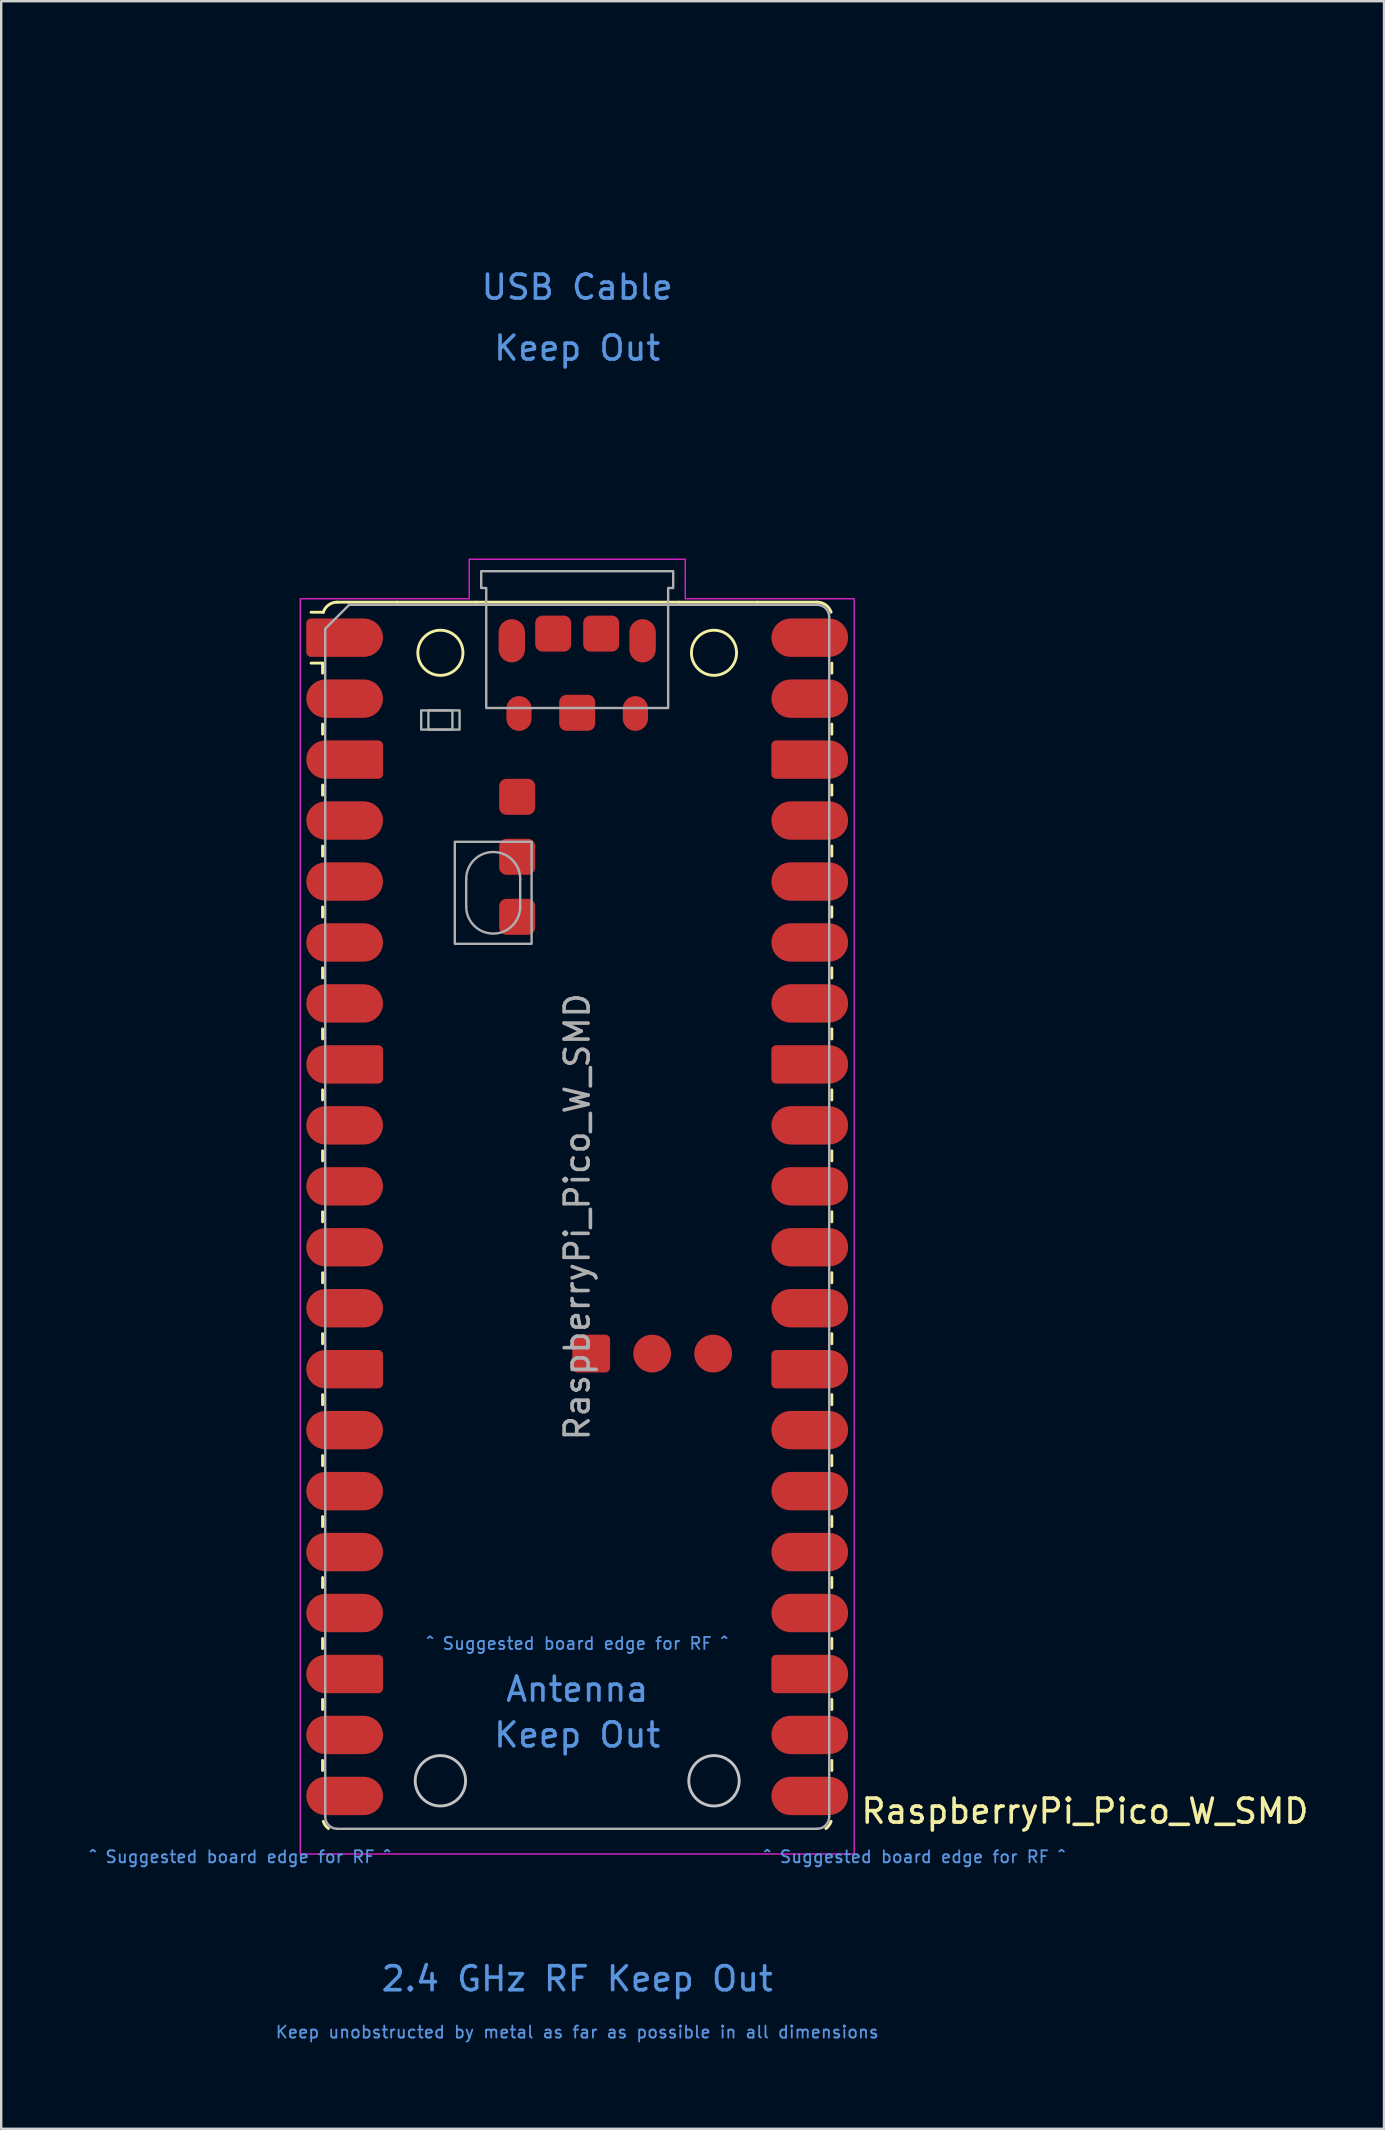
<source format=kicad_pcb>
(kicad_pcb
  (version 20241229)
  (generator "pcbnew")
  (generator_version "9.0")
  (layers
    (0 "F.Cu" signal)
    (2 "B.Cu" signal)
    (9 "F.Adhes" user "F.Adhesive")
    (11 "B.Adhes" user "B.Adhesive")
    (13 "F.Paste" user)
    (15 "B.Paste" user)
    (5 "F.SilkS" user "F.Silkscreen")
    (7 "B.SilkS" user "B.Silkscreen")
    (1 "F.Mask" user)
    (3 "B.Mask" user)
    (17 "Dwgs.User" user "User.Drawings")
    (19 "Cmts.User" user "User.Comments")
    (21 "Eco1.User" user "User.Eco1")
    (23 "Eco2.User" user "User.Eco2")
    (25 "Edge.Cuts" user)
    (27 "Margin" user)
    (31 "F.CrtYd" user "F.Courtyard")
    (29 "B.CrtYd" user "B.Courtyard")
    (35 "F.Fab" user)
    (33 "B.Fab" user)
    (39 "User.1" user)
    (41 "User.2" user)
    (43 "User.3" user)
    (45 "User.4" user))
  (footprint "RaspberryPi_Pico_W_SMD"
    (layer "F.Cu")
    (at 21 47.65)
    (property "Reference" "RaspberryPi_Pico_W_SMD" (at 11.748 24.765 0) (unlocked yes) (layer "F.SilkS") (effects (font (size 1 1) (thickness 0.15)) (justify left)))
    (attr smd)
    (fp_line (start -10.61 -23.07) (end -11.09 -23.07) (stroke (width 0.12) (type solid)) (layer "F.SilkS"))
    (fp_line (start -10.61 -23.07) (end -10.61 -22.65) (stroke (width 0.12) (type solid)) (layer "F.SilkS"))
    (fp_line (start -10.61 -20.53) (end -10.61 -20.11) (stroke (width 0.12) (type solid)) (layer "F.SilkS"))
    (fp_line (start -10.61 -17.99) (end -10.61 -17.57) (stroke (width 0.12) (type solid)) (layer "F.SilkS"))
    (fp_line (start -10.61 -15.45) (end -10.61 -15.03) (stroke (width 0.12) (type solid)) (layer "F.SilkS"))
    (fp_line (start -10.61 -12.91) (end -10.61 -12.49) (stroke (width 0.12) (type solid)) (layer "F.SilkS"))
    (fp_line (start -10.61 -10.37) (end -10.61 -9.95) (stroke (width 0.12) (type solid)) (layer "F.SilkS"))
    (fp_line (start -10.61 -7.83) (end -10.61 -7.41) (stroke (width 0.12) (type solid)) (layer "F.SilkS"))
    (fp_line (start -10.61 -5.29) (end -10.61 -4.87) (stroke (width 0.12) (type solid)) (layer "F.SilkS"))
    (fp_line (start -10.61 -2.75) (end -10.61 -2.33) (stroke (width 0.12) (type solid)) (layer "F.SilkS"))
    (fp_line (start -10.61 -0.21) (end -10.61 0.21) (stroke (width 0.12) (type solid)) (layer "F.SilkS"))
    (fp_line (start -10.61 2.33) (end -10.61 2.75) (stroke (width 0.12) (type solid)) (layer "F.SilkS"))
    (fp_line (start -10.61 4.87) (end -10.61 5.29) (stroke (width 0.12) (type solid)) (layer "F.SilkS"))
    (fp_line (start -10.61 7.41) (end -10.61 7.83) (stroke (width 0.12) (type solid)) (layer "F.SilkS"))
    (fp_line (start -10.61 9.95) (end -10.61 10.37) (stroke (width 0.12) (type solid)) (layer "F.SilkS"))
    (fp_line (start -10.61 12.49) (end -10.61 12.91) (stroke (width 0.12) (type solid)) (layer "F.SilkS"))
    (fp_line (start -10.61 15.03) (end -10.61 15.45) (stroke (width 0.12) (type solid)) (layer "F.SilkS"))
    (fp_line (start -10.61 17.57) (end -10.61 17.99) (stroke (width 0.12) (type solid)) (layer "F.SilkS"))
    (fp_line (start -10.61 20.11) (end -10.61 20.53) (stroke (width 0.12) (type solid)) (layer "F.SilkS"))
    (fp_line (start -10.61 22.65) (end -10.61 23.07) (stroke (width 0.12) (type solid)) (layer "F.SilkS"))
    (fp_line (start -10.58 -25.19) (end -11.09 -25.19) (stroke (width 0.12) (type solid)) (layer "F.SilkS"))
    (fp_line (start -10 -25.61) (end -7.51 -25.61) (stroke (width 0.12) (type solid)) (layer "F.SilkS"))
    (fp_line (start -7.51 -25.61) (end -4.235 -25.61) (stroke (width 0.12) (type solid)) (layer "F.SilkS"))
    (fp_line (start -4.235 -25.61) (end 4.235 -25.61) (stroke (width 0.12) (type solid)) (layer "F.SilkS"))
    (fp_line (start 4.235 -25.61) (end 7.51 -25.61) (stroke (width 0.12) (type solid)) (layer "F.SilkS"))
    (fp_line (start 10 -25.61) (end 7.51 -25.61) (stroke (width 0.12) (type solid)) (layer "F.SilkS"))
    (fp_line (start 10.61 -23.07) (end 10.61 -22.65) (stroke (width 0.12) (type solid)) (layer "F.SilkS"))
    (fp_line (start 10.61 -20.53) (end 10.61 -20.11) (stroke (width 0.12) (type solid)) (layer "F.SilkS"))
    (fp_line (start 10.61 -17.99) (end 10.61 -17.57) (stroke (width 0.12) (type solid)) (layer "F.SilkS"))
    (fp_line (start 10.61 -15.45) (end 10.61 -15.03) (stroke (width 0.12) (type solid)) (layer "F.SilkS"))
    (fp_line (start 10.61 -12.91) (end 10.61 -12.49) (stroke (width 0.12) (type solid)) (layer "F.SilkS"))
    (fp_line (start 10.61 -10.37) (end 10.61 -9.95) (stroke (width 0.12) (type solid)) (layer "F.SilkS"))
    (fp_line (start 10.61 -7.83) (end 10.61 -7.41) (stroke (width 0.12) (type solid)) (layer "F.SilkS"))
    (fp_line (start 10.61 -5.29) (end 10.61 -4.87) (stroke (width 0.12) (type solid)) (layer "F.SilkS"))
    (fp_line (start 10.61 -2.75) (end 10.61 -2.33) (stroke (width 0.12) (type solid)) (layer "F.SilkS"))
    (fp_line (start 10.61 -0.21) (end 10.61 0.21) (stroke (width 0.12) (type solid)) (layer "F.SilkS"))
    (fp_line (start 10.61 2.33) (end 10.61 2.75) (stroke (width 0.12) (type solid)) (layer "F.SilkS"))
    (fp_line (start 10.61 4.87) (end 10.61 5.29) (stroke (width 0.12) (type solid)) (layer "F.SilkS"))
    (fp_line (start 10.61 7.41) (end 10.61 7.83) (stroke (width 0.12) (type solid)) (layer "F.SilkS"))
    (fp_line (start 10.61 9.95) (end 10.61 10.37) (stroke (width 0.12) (type solid)) (layer "F.SilkS"))
    (fp_line (start 10.61 12.49) (end 10.61 12.91) (stroke (width 0.12) (type solid)) (layer "F.SilkS"))
    (fp_line (start 10.61 15.03) (end 10.61 15.45) (stroke (width 0.12) (type solid)) (layer "F.SilkS"))
    (fp_line (start 10.61 17.57) (end 10.61 17.99) (stroke (width 0.12) (type solid)) (layer "F.SilkS"))
    (fp_line (start 10.61 20.11) (end 10.61 20.53) (stroke (width 0.12) (type solid)) (layer "F.SilkS"))
    (fp_line (start 10.61 22.65) (end 10.61 23.07) (stroke (width 0.12) (type solid)) (layer "F.SilkS"))
    (fp_arc (start -10.579676 -25.189937) (mid -10.357938 -25.493944) (end -10 -25.61) (stroke (width 0.12) (type solid)) (layer "F.SilkS"))
    (fp_arc (start -10.363318 25.49) (mid -10.494791 25.356765) (end -10.579676 25.189937) (stroke (width 0.12) (type solid)) (layer "F.SilkS"))
    (fp_arc (start 10 -25.61) (mid 10.357937 -25.493944) (end 10.579676 -25.189937) (stroke (width 0.12) (type solid)) (layer "F.SilkS"))
    (fp_arc (start 10.579676 25.189937) (mid 10.494803 25.356773) (end 10.363318 25.49) (stroke (width 0.12) (type solid)) (layer "F.SilkS"))
    (fp_circle (center -5.7 -23.5) (end -4.76 -23.5) (stroke (width 0.12) (type solid)) (fill no) (layer "F.SilkS"))
    (fp_circle (center 5.7 -23.5) (end 6.64 -23.5) (stroke (width 0.12) (type solid)) (fill no) (layer "F.SilkS"))
    (fp_circle (center -5.7 23.5) (end -4.65 23.5) (stroke (width 0.12) (type solid)) (fill no) (layer "Dwgs.User"))
    (fp_circle (center 5.7 23.5) (end 6.75 23.5) (stroke (width 0.12) (type solid)) (fill no) (layer "Dwgs.User"))
    (fp_poly (pts (xy -4.5 -27.4) (xy 4.5 -27.4) (xy 4.5 -25.75) (xy 11.54 -25.75) (xy 11.54 26.55) (xy -11.54 26.55) (xy -11.54 -25.75) (xy -4.5 -25.75)) (stroke (width 0.05) (type solid)) (fill no) (layer "F.CrtYd"))
    (fp_line (start -10.5 -24.5) (end -9.5 -25.5) (stroke (width 0.1) (type solid)) (layer "F.Fab"))
    (fp_line (start -10.5 25) (end -10.5 -24.5) (stroke (width 0.1) (type solid)) (layer "F.Fab"))
    (fp_line (start -9.5 -25.5) (end 10 -25.5) (stroke (width 0.1) (type solid)) (layer "F.Fab"))
    (fp_line (start -4.625 -14.075) (end -4.625 -12.925) (stroke (width 0.1) (type solid)) (layer "F.Fab"))
    (fp_line (start -2.375 -14.075) (end -2.375 -12.925) (stroke (width 0.1) (type solid)) (layer "F.Fab"))
    (fp_line (start 10 25.5) (end -10 25.5) (stroke (width 0.1) (type solid)) (layer "F.Fab"))
    (fp_line (start 10.5 -25) (end 10.5 25) (stroke (width 0.1) (type solid)) (layer "F.Fab"))
    (fp_rect (start -6.5 -21.1) (end -4.9 -20.3) (stroke (width 0.1) (type solid)) (fill no) (layer "F.Fab"))
    (fp_rect (start -6.2 -21.1) (end -5.2 -20.3) (stroke (width 0.1) (type solid)) (fill no) (layer "F.Fab"))
    (fp_rect (start -5.1 -15.625) (end -1.9 -11.375) (stroke (width 0.1) (type solid)) (fill no) (layer "F.Fab"))
    (fp_arc (start -10 25.5) (mid -10.353553 25.353553) (end -10.5 25) (stroke (width 0.1) (type solid)) (layer "F.Fab"))
    (fp_arc (start -4.625 -14.075) (mid -3.5 -15.2) (end -2.375 -14.075) (stroke (width 0.1) (type solid)) (layer "F.Fab"))
    (fp_arc (start -2.375 -12.925) (mid -3.5 -11.8) (end -4.625 -12.925) (stroke (width 0.1) (type solid)) (layer "F.Fab"))
    (fp_arc (start 10 -25.5) (mid 10.353553 -25.353553) (end 10.5 -25) (stroke (width 0.1) (type solid)) (layer "F.Fab"))
    (fp_arc (start 10.5 25) (mid 10.353553 25.353553) (end 10 25.5) (stroke (width 0.1) (type solid)) (layer "F.Fab"))
    (fp_poly (pts (xy 3.79 -21.2) (xy 3.79 -26.2) (xy 4 -26.2) (xy 4 -26.9) (xy -4 -26.9) (xy -4 -26.2) (xy -3.79 -26.2) (xy -3.79 -21.2)) (stroke (width 0.1) (type solid)) (fill no) (layer "F.Fab"))
    (fp_text user "^ Suggested board edge for RF ^" (at 14.05 26.67 0) (unlocked yes) (layer "Cmts.User") (effects (font (size 0.5 0.5) (thickness 0.075))))
    (fp_text user "^ Suggested board edge for RF ^" (at -14.05 26.67 0) (unlocked yes) (layer "Cmts.User") (effects (font (size 0.5 0.5) (thickness 0.075))))
    (fp_text user "2.4 GHz RF Keep Out" (at 0 31.75 0) (unlocked yes) (layer "Cmts.User") (effects (font (size 1 1) (thickness 0.15))))
    (fp_text user "Keep Out" (at 0 -36.195 0) (unlocked yes) (layer "Cmts.User") (effects (font (size 1 1) (thickness 0.15))))
    (fp_text user "Keep unobstructed by metal as far as possible in all dimensions" (at 0 33.972 0) (unlocked yes) (layer "Cmts.User") (effects (font (size 0.5 0.5) (thickness 0.075))))
    (fp_text user "Antenna" (at 0 19.685 0) (unlocked yes) (layer "Cmts.User") (effects (font (size 1 1) (thickness 0.15))))
    (fp_text user "USB Cable" (at 0 -38.735 0) (unlocked yes) (layer "Cmts.User") (effects (font (size 1 1) (thickness 0.15))))
    (fp_text user "Keep Out" (at 0 21.59 0) (unlocked yes) (layer "Cmts.User") (effects (font (size 1 1) (thickness 0.15))))
    (fp_text user "^ Suggested board edge for RF ^" (at 0 17.78 0) (unlocked yes) (layer "Cmts.User") (effects (font (size 0.5 0.5) (thickness 0.075))))
    (fp_text user "${REFERENCE}" (at 0 0 90) (layer "F.Fab") (effects (font (size 1 1) (thickness 0.15))))
    (pad "" smd oval (at -2.725 -24) (size 1.1 1.8) (layers "F.Cu" "F.Mask" "F.Paste"))
    (pad "" smd oval (at -2.425 -20.97) (size 1.05 1.45) (layers "F.Cu" "F.Mask" "F.Paste"))
    (pad "" smd oval (at 2.425 -20.97) (size 1.05 1.45) (layers "F.Cu" "F.Mask" "F.Paste"))
    (pad "" smd oval (at 2.725 -24) (size 1.1 1.8) (layers "F.Cu" "F.Mask" "F.Paste"))
    (pad "1" smd custom (at -8.89 -24.13) (size 1.6 1.6) (layers "F.Cu" "F.Mask" "F.Paste") (options (anchor circle)) (primitives (gr_poly (pts (xy -2.4 0.6) (xy -2.4 -0.6) (xy -2.2 -0.8) (xy 0 -0.8) (xy 0 0.8) (xy -2.2 0.8)) (width 0) (fill yes)) (gr_circle (center -2.2 0.6) (end -2 0.6) (width 0) (fill yes)) (gr_circle (center -2.2 -0.6) (end -2 -0.6) (width 0) (fill yes))))
    (pad "2" smd roundrect (at -8.89 -21.59) (size 3.2 1.6) (drill (offset -0.8 0)) (layers "F.Cu" "F.Mask" "F.Paste") (roundrect_rratio 0.5))
    (pad "3" smd custom (at -8.89 -19.05) (size 1.6 1.6) (layers "F.Cu" "F.Mask" "F.Paste") (options (anchor circle)) (primitives (gr_poly (pts (xy 0.8 -0.6) (xy 0.8 0.6) (xy 0.6 0.8) (xy -1.6 0.8) (xy -1.6 -0.8) (xy 0.6 -0.8)) (width 0) (fill yes)) (gr_circle (center 0.6 0.6) (end 0.8 0.6) (width 0) (fill yes)) (gr_circle (center 0.6 -0.6) (end 0.8 -0.6) (width 0) (fill yes)) (gr_circle (center -1.6 0) (end -0.8 0) (width 0) (fill yes))))
    (pad "4" smd roundrect (at -8.89 -16.51) (size 3.2 1.6) (drill (offset -0.8 0)) (layers "F.Cu" "F.Mask" "F.Paste") (roundrect_rratio 0.5))
    (pad "5" smd roundrect (at -8.89 -13.97) (size 3.2 1.6) (drill (offset -0.8 0)) (layers "F.Cu" "F.Mask" "F.Paste") (roundrect_rratio 0.5))
    (pad "6" smd roundrect (at -8.89 -11.43) (size 3.2 1.6) (drill (offset -0.8 0)) (layers "F.Cu" "F.Mask" "F.Paste") (roundrect_rratio 0.5))
    (pad "7" smd roundrect (at -8.89 -8.89) (size 3.2 1.6) (drill (offset -0.8 0)) (layers "F.Cu" "F.Mask" "F.Paste") (roundrect_rratio 0.5))
    (pad "8" smd custom (at -8.89 -6.35) (size 1.6 1.6) (layers "F.Cu" "F.Mask" "F.Paste") (options (anchor circle)) (primitives (gr_poly (pts (xy 0.8 -0.6) (xy 0.8 0.6) (xy 0.6 0.8) (xy -1.6 0.8) (xy -1.6 -0.8) (xy 0.6 -0.8)) (width 0) (fill yes)) (gr_circle (center 0.6 0.6) (end 0.8 0.6) (width 0) (fill yes)) (gr_circle (center 0.6 -0.6) (end 0.8 -0.6) (width 0) (fill yes)) (gr_circle (center -1.6 0) (end -0.8 0) (width 0) (fill yes))))
    (pad "9" smd roundrect (at -8.89 -3.81) (size 3.2 1.6) (drill (offset -0.8 0)) (layers "F.Cu" "F.Mask" "F.Paste") (roundrect_rratio 0.5))
    (pad "10" smd roundrect (at -8.89 -1.27) (size 3.2 1.6) (drill (offset -0.8 0)) (layers "F.Cu" "F.Mask" "F.Paste") (roundrect_rratio 0.5))
    (pad "11" smd roundrect (at -8.89 1.27) (size 3.2 1.6) (drill (offset -0.8 0)) (layers "F.Cu" "F.Mask" "F.Paste") (roundrect_rratio 0.5))
    (pad "12" smd roundrect (at -8.89 3.81) (size 3.2 1.6) (drill (offset -0.8 0)) (layers "F.Cu" "F.Mask" "F.Paste") (roundrect_rratio 0.5))
    (pad "13" smd custom (at -8.89 6.35) (size 1.6 1.6) (layers "F.Cu" "F.Mask" "F.Paste") (options (anchor circle)) (primitives (gr_poly (pts (xy 0.8 -0.6) (xy 0.8 0.6) (xy 0.6 0.8) (xy -1.6 0.8) (xy -1.6 -0.8) (xy 0.6 -0.8)) (width 0) (fill yes)) (gr_circle (center 0.6 0.6) (end 0.8 0.6) (width 0) (fill yes)) (gr_circle (center 0.6 -0.6) (end 0.8 -0.6) (width 0) (fill yes)) (gr_circle (center -1.6 0) (end -0.8 0) (width 0) (fill yes))))
    (pad "14" smd roundrect (at -8.89 8.89) (size 3.2 1.6) (drill (offset -0.8 0)) (layers "F.Cu" "F.Mask" "F.Paste") (roundrect_rratio 0.5))
    (pad "15" smd roundrect (at -8.89 11.43) (size 3.2 1.6) (drill (offset -0.8 0)) (layers "F.Cu" "F.Mask" "F.Paste") (roundrect_rratio 0.5))
    (pad "16" smd roundrect (at -8.89 13.97) (size 3.2 1.6) (drill (offset -0.8 0)) (layers "F.Cu" "F.Mask" "F.Paste") (roundrect_rratio 0.5))
    (pad "17" smd roundrect (at -8.89 16.51) (size 3.2 1.6) (drill (offset -0.8 0)) (layers "F.Cu" "F.Mask" "F.Paste") (roundrect_rratio 0.5))
    (pad "18" smd custom (at -8.89 19.05) (size 1.6 1.6) (layers "F.Cu" "F.Mask" "F.Paste") (options (anchor circle)) (primitives (gr_poly (pts (xy 0.8 -0.6) (xy 0.8 0.6) (xy 0.6 0.8) (xy -1.6 0.8) (xy -1.6 -0.8) (xy 0.6 -0.8)) (width 0) (fill yes)) (gr_circle (center 0.6 0.6) (end 0.8 0.6) (width 0) (fill yes)) (gr_circle (center 0.6 -0.6) (end 0.8 -0.6) (width 0) (fill yes)) (gr_circle (center -1.6 0) (end -0.8 0) (width 0) (fill yes))))
    (pad "19" smd roundrect (at -8.89 21.59) (size 3.2 1.6) (drill (offset -0.8 0)) (layers "F.Cu" "F.Mask" "F.Paste") (roundrect_rratio 0.5))
    (pad "20" smd roundrect (at -8.89 24.13) (size 3.2 1.6) (drill (offset -0.8 0)) (layers "F.Cu" "F.Mask" "F.Paste") (roundrect_rratio 0.5))
    (pad "21" smd roundrect (at 8.89 24.13) (size 3.2 1.6) (drill (offset 0.8 0)) (layers "F.Cu" "F.Mask" "F.Paste") (roundrect_rratio 0.5))
    (pad "22" smd roundrect (at 8.89 21.59) (size 3.2 1.6) (drill (offset 0.8 0)) (layers "F.Cu" "F.Mask" "F.Paste") (roundrect_rratio 0.5))
    (pad "23" smd custom (at 8.89 19.05) (size 1.6 1.6) (layers "F.Cu" "F.Mask" "F.Paste") (options (anchor circle)) (primitives (gr_poly (pts (xy -0.8 -0.6) (xy -0.8 0.6) (xy -0.6 0.8) (xy 1.6 0.8) (xy 1.6 -0.8) (xy -0.6 -0.8)) (width 0) (fill yes)) (gr_circle (center -0.6 0.6) (end -0.4 0.6) (width 0) (fill yes)) (gr_circle (center -0.6 -0.6) (end -0.4 -0.6) (width 0) (fill yes)) (gr_circle (center 1.6 0) (end 2.4 0) (width 0) (fill yes))))
    (pad "24" smd roundrect (at 8.89 16.51) (size 3.2 1.6) (drill (offset 0.8 0)) (layers "F.Cu" "F.Mask" "F.Paste") (roundrect_rratio 0.5))
    (pad "25" smd roundrect (at 8.89 13.97) (size 3.2 1.6) (drill (offset 0.8 0)) (layers "F.Cu" "F.Mask" "F.Paste") (roundrect_rratio 0.5))
    (pad "26" smd roundrect (at 8.89 11.43) (size 3.2 1.6) (drill (offset 0.8 0)) (layers "F.Cu" "F.Mask" "F.Paste") (roundrect_rratio 0.5))
    (pad "27" smd roundrect (at 8.89 8.89) (size 3.2 1.6) (drill (offset 0.8 0)) (layers "F.Cu" "F.Mask" "F.Paste") (roundrect_rratio 0.5))
    (pad "28" smd custom (at 8.89 6.35) (size 1.6 1.6) (layers "F.Cu" "F.Mask" "F.Paste") (options (anchor circle)) (primitives (gr_poly (pts (xy -0.8 -0.6) (xy -0.8 0.6) (xy -0.6 0.8) (xy 1.6 0.8) (xy 1.6 -0.8) (xy -0.6 -0.8)) (width 0) (fill yes)) (gr_circle (center -0.6 0.6) (end -0.4 0.6) (width 0) (fill yes)) (gr_circle (center -0.6 -0.6) (end -0.4 -0.6) (width 0) (fill yes)) (gr_circle (center 1.6 0) (end 2.4 0) (width 0) (fill yes))))
    (pad "29" smd roundrect (at 8.89 3.81) (size 3.2 1.6) (drill (offset 0.8 0)) (layers "F.Cu" "F.Mask" "F.Paste") (roundrect_rratio 0.5))
    (pad "30" smd roundrect (at 8.89 1.27) (size 3.2 1.6) (drill (offset 0.8 0)) (layers "F.Cu" "F.Mask" "F.Paste") (roundrect_rratio 0.5))
    (pad "31" smd roundrect (at 8.89 -1.27) (size 3.2 1.6) (drill (offset 0.8 0)) (layers "F.Cu" "F.Mask" "F.Paste") (roundrect_rratio 0.5))
    (pad "32" smd roundrect (at 8.89 -3.81) (size 3.2 1.6) (drill (offset 0.8 0)) (layers "F.Cu" "F.Mask" "F.Paste") (roundrect_rratio 0.5))
    (pad "33" smd custom (at 8.89 -6.35) (size 1.6 1.6) (layers "F.Cu" "F.Mask" "F.Paste") (options (anchor circle)) (primitives (gr_poly (pts (xy -0.8 -0.6) (xy -0.8 0.6) (xy -0.6 0.8) (xy 1.6 0.8) (xy 1.6 -0.8) (xy -0.6 -0.8)) (width 0) (fill yes)) (gr_circle (center -0.6 0.6) (end -0.4 0.6) (width 0) (fill yes)) (gr_circle (center -0.6 -0.6) (end -0.4 -0.6) (width 0) (fill yes)) (gr_circle (center 1.6 0) (end 2.4 0) (width 0) (fill yes))))
    (pad "34" smd roundrect (at 8.89 -8.89) (size 3.2 1.6) (drill (offset 0.8 0)) (layers "F.Cu" "F.Mask" "F.Paste") (roundrect_rratio 0.5))
    (pad "35" smd roundrect (at 8.89 -11.43) (size 3.2 1.6) (drill (offset 0.8 0)) (layers "F.Cu" "F.Mask" "F.Paste") (roundrect_rratio 0.5))
    (pad "36" smd roundrect (at 8.89 -13.97) (size 3.2 1.6) (drill (offset 0.8 0)) (layers "F.Cu" "F.Mask" "F.Paste") (roundrect_rratio 0.5))
    (pad "37" smd roundrect (at 8.89 -16.51) (size 3.2 1.6) (drill (offset 0.8 0)) (layers "F.Cu" "F.Mask" "F.Paste") (roundrect_rratio 0.5))
    (pad "38" smd custom (at 8.89 -19.05) (size 1.6 1.6) (layers "F.Cu" "F.Mask" "F.Paste") (options (anchor circle)) (primitives (gr_poly (pts (xy -0.8 -0.6) (xy -0.8 0.6) (xy -0.6 0.8) (xy 1.6 0.8) (xy 1.6 -0.8) (xy -0.6 -0.8)) (width 0) (fill yes)) (gr_circle (center -0.6 0.6) (end -0.4 0.6) (width 0) (fill yes)) (gr_circle (center -0.6 -0.6) (end -0.4 -0.6) (width 0) (fill yes)) (gr_circle (center 1.6 0) (end 2.4 0) (width 0) (fill yes))))
    (pad "39" smd roundrect (at 8.89 -21.59) (size 3.2 1.6) (drill (offset 0.8 0)) (layers "F.Cu" "F.Mask" "F.Paste") (roundrect_rratio 0.5))
    (pad "40" smd roundrect (at 8.89 -24.13) (size 3.2 1.6) (drill (offset 0.8 0)) (layers "F.Cu" "F.Mask" "F.Paste") (roundrect_rratio 0.5))
    (pad "D1" smd roundrect (at 0.584 5.7) (size 1.575 1.575) (layers "F.Cu" "F.Mask" "F.Paste") (roundrect_rratio 0.127))
    (pad "D2" smd circle (at 3.124 5.7) (size 1.575 1.575) (layers "F.Cu" "F.Mask" "F.Paste"))
    (pad "D3" smd circle (at 5.664 5.7) (size 1.575 1.575) (layers "F.Cu" "F.Mask" "F.Paste"))
    (pad "TP1" smd roundrect (at 0 -21) (size 1.5 1.5) (layers "F.Cu" "F.Mask" "F.Paste") (roundrect_rratio 0.2))
    (pad "TP2" smd roundrect (at 1 -24.3) (size 1.5 1.5) (layers "F.Cu" "F.Mask" "F.Paste") (roundrect_rratio 0.2))
    (pad "TP3" smd roundrect (at -1 -24.3) (size 1.5 1.5) (layers "F.Cu" "F.Mask" "F.Paste") (roundrect_rratio 0.2))
    (pad "TP4" smd roundrect (at -2.5 -17.5) (size 1.5 1.5) (layers "F.Cu" "F.Mask" "F.Paste") (roundrect_rratio 0.2))
    (pad "TP5" smd roundrect (at -2.5 -15) (size 1.5 1.5) (layers "F.Cu" "F.Mask" "F.Paste") (roundrect_rratio 0.2))
    (pad "TP6" smd roundrect (at -2.5 -12.5) (size 1.5 1.5) (layers "F.Cu" "F.Mask" "F.Paste") (roundrect_rratio 0.2))
    (zone (net_name "") (layers "F.Cu" "B.Cu" "F.Paste" "B.Paste") (name "RF Copper Keep Out") (hatch full 0.5) (connect_pads) (min_thickness 0.254) (filled_areas_thickness no) (keepout (tracks not_allowed) (vias not_allowed) (pads not_allowed) (copperpour not_allowed) (footprints not_allowed)) (placement (enabled no)) (fill) (polygon (pts (xy 0 72.65) (xy 42 72.65) (xy 42 82.65) (xy 0 82.65))))
    (zone (net_name "") (layers "F.Cu" "B.Cu" "F.Paste" "B.Paste") (name "Antenna Copper Keep Out") (hatch full 0.5) (connect_pads) (min_thickness 0.254) (filled_areas_thickness no) (keepout (tracks not_allowed) (vias not_allowed) (pads not_allowed) (copperpour not_allowed) (footprints not_allowed)) (placement (enabled no)) (fill) (polygon (pts (xy 18.6 72.64) (xy 13.9 68.99) (xy 13.9 64.65) (xy 28.1 64.65) (xy 28.1 68.99) (xy 23.4 72.64) (xy 23.4 72.65) (xy 18.6 72.65))))
    (zone (net_name "") (layer "Edge.Cuts") (name "Board Keep Out USB Cable") (hatch edge 0.5) (connect_pads) (min_thickness 0.254) (filled_areas_thickness no) (keepout (tracks allowed) (vias allowed) (pads allowed) (copperpour allowed) (footprints allowed)) (placement (enabled no)) (fill) (polygon (pts (xy 14.8 0) (xy 27.2 0) (xy 27.2 20.4) (xy 14.8 20.4))))
    (zone (net_name "") (layer "Edge.Cuts") (name "Board Keep Out Suggestion RF") (hatch edge 0.5) (connect_pads) (min_thickness 0.254) (filled_areas_thickness no) (keepout (tracks allowed) (vias allowed) (pads allowed) (copperpour allowed) (footprints allowed)) (placement (enabled no)) (fill) (polygon (pts (xy 28.1 73.65) (xy 42 73.65) (xy 42 82.65) (xy 0 82.65) (xy 0 73.65) (xy 13.9 73.65) (xy 13.9 64.65) (xy 28.1 64.65))))
    (zone (net_name "") (layer "F.CrtYd") (name "USB Cable Keep Out") (hatch full 0.5) (connect_pads) (min_thickness 0.254) (filled_areas_thickness no) (keepout (tracks allowed) (vias allowed) (pads allowed) (copperpour allowed) (footprints not_allowed)) (placement (enabled no)) (fill) (polygon (pts (xy 15.25 19.95) (xy 17.06 19.95) (xy 17.06 20.25) (xy 24.94 20.25) (xy 24.94 19.95) (xy 26.75 19.95) (xy 26.75 0.45) (xy 15.25 0.45)))))
  (gr_rect
    (start -3 -3)
    (end 54.617 85.65)
    (stroke (width 0.1) (type default))
    (fill no)
    (layer "Edge.Cuts")))
</source>
